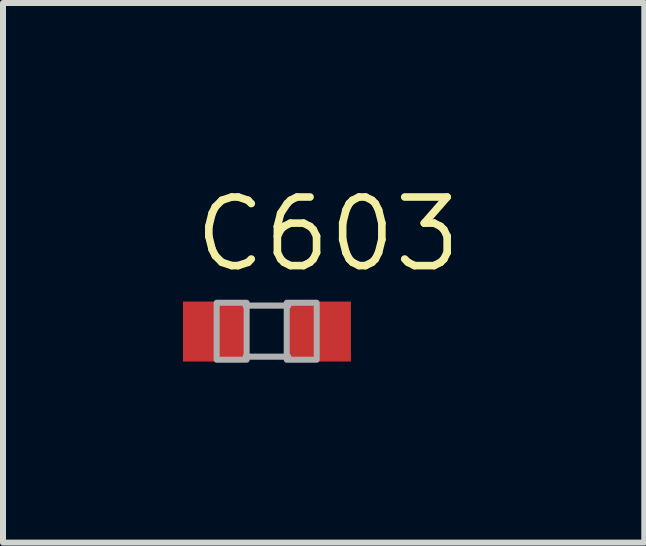
<source format=kicad_pcb>
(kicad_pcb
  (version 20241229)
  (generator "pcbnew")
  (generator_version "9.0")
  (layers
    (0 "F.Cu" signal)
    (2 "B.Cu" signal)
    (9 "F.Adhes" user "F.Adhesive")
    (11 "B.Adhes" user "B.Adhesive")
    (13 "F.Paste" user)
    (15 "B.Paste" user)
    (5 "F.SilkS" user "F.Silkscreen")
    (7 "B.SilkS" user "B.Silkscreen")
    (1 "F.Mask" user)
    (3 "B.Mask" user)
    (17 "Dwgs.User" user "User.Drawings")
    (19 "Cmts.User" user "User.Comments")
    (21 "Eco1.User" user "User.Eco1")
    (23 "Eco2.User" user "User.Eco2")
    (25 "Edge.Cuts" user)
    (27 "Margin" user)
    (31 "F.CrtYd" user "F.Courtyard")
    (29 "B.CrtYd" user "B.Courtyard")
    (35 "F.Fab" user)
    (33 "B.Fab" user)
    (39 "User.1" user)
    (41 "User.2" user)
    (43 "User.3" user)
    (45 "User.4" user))
  (footprint "C603"
    (layer "F.Cu")
    (at 1.4 2.477)
    (property "Reference" "C603" (at -1.27 -0.953 0) (unlocked yes) (layer "F.SilkS") (effects (font (size 1.143 1.143) (thickness 0.127)) (justify left bottom)))
    (fp_line (start -0.356 -0.432) (end 0.356 -0.432) (stroke (width 0.102) (type solid)) (layer "F.Fab"))
    (fp_line (start -0.356 0.419) (end 0.356 0.419) (stroke (width 0.102) (type solid)) (layer "F.Fab"))
    (fp_poly (pts (xy -0.838 0.47) (xy -0.338 0.47) (xy -0.338 -0.48) (xy -0.838 -0.48)) (stroke (width 0.1) (type default)) (fill no) (layer "F.Fab"))
    (fp_poly (pts (xy 0.83 -0.48) (xy 0.33 -0.48) (xy 0.33 0.47) (xy 0.83 0.47)) (stroke (width 0.1) (type default)) (fill no) (layer "F.Fab"))
    (pad "1" smd rect (at -0.85 0) (size 1.1 1) (layers "F.Cu" "F.Mask" "F.Paste"))
    (pad "2" smd rect (at 0.85 0) (size 1.1 1) (layers "F.Cu" "F.Mask" "F.Paste")))
  (gr_rect
    (start -3 -3)
    (end 7.691 5.996)
    (stroke (width 0.1) (type default))
    (fill no)
    (layer "Edge.Cuts")))
</source>
